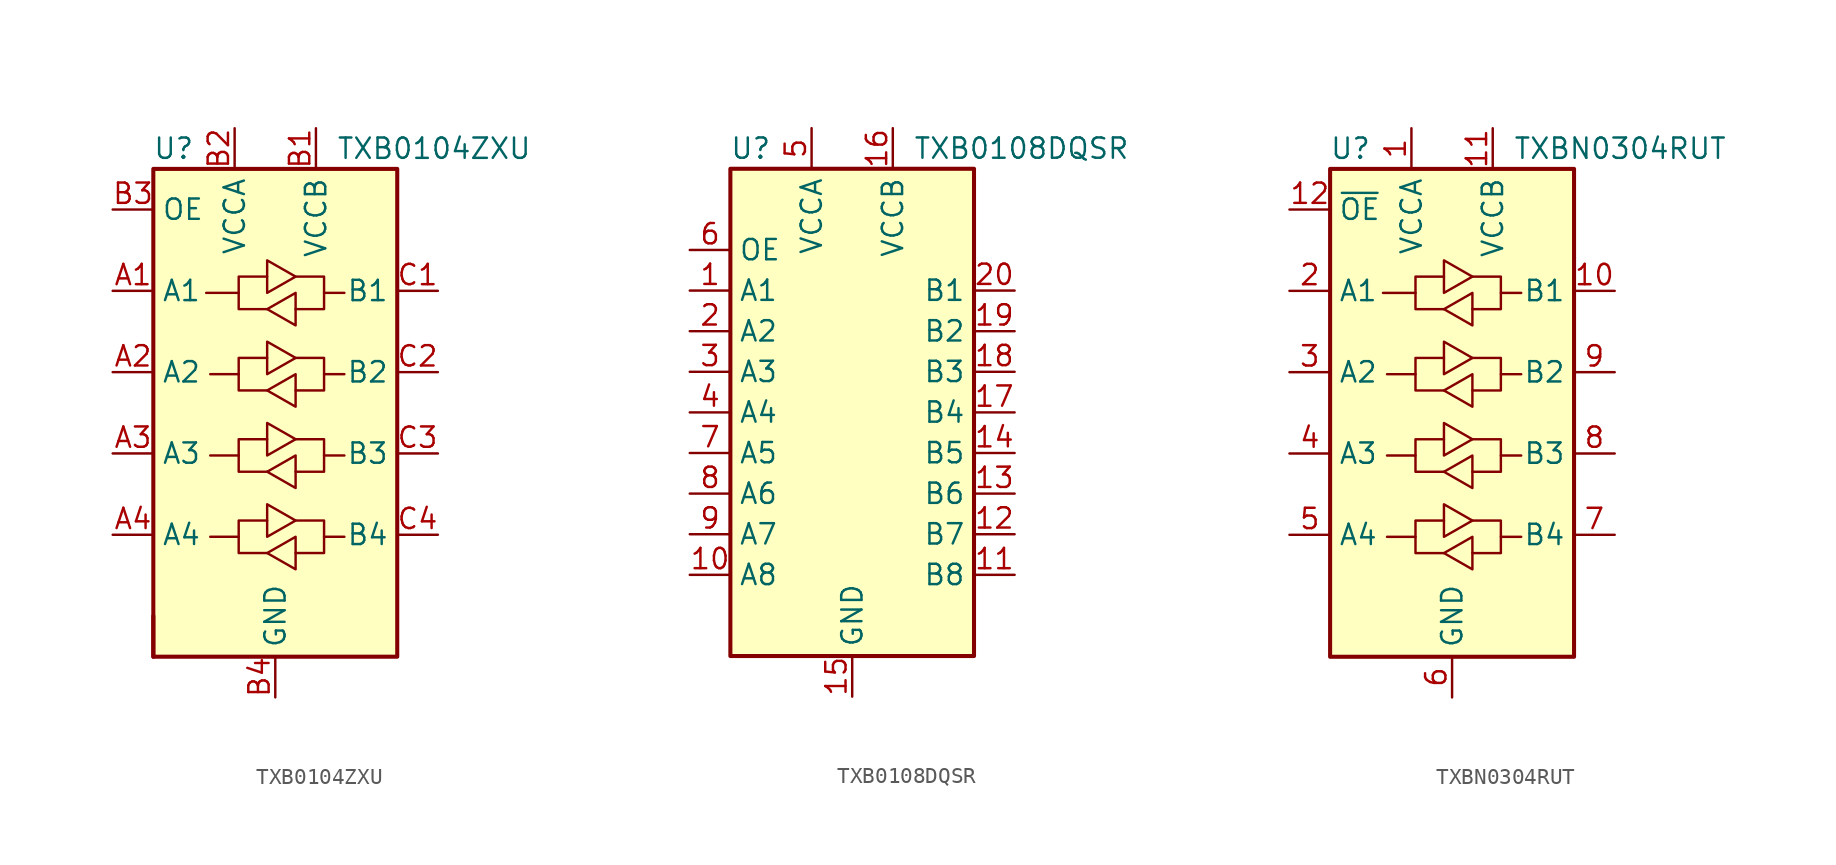
<source format=kicad_sym>
(kicad_symbol_lib
  (version 20200126)
  (host kicad_symbol_editor "(5.99.0-2044-gda2b7071b)")
  (symbol "Logic_LevelTranslator:TXB0104ZXU"
    (pin_names
      (offset 0.508))
    (property "Reference" "U"
      (at -6.35 16.51 0)
      (effects (font (size 1.27 1.27))))
    (property "Value" "TXB0104ZXU"
      (at 3.81 16.51 0)
      (effects (font (size 1.27 1.27)) (justify left)))
    (symbol "TXB0104ZXU_0_1"
      (rectangle (start -7.62 -15.24) (end -7.62 -12.7) (stroke (width 0.254)) (fill (type none)))
      (rectangle (start -7.62 15.24) (end 7.62 -15.24) (stroke (width 0.254)) (fill (type background)))
      (polyline (pts (xy -2.286 -7.747) (xy -2.286 -6.731) (xy -0.508 -6.731)) (stroke (width 0)) (fill (type none)))
      (polyline (pts (xy -2.286 -2.667) (xy -2.286 -1.651) (xy -0.508 -1.651)) (stroke (width 0)) (fill (type none)))
      (polyline (pts (xy -2.286 2.413) (xy -2.286 3.429) (xy -0.508 3.429)) (stroke (width 0)) (fill (type none)))
      (polyline (pts (xy -2.286 7.493) (xy -2.286 8.509) (xy -0.508 8.509)) (stroke (width 0)) (fill (type none)))
      (polyline (pts (xy 3.048 -7.747) (xy 3.048 -8.763) (xy 1.27 -8.763)) (stroke (width 0)) (fill (type none)))
      (polyline (pts (xy 3.048 -2.667) (xy 3.048 -3.683) (xy 1.27 -3.683)) (stroke (width 0)) (fill (type none)))
      (polyline (pts (xy 3.048 2.413) (xy 3.048 1.397) (xy 1.27 1.397)) (stroke (width 0)) (fill (type none)))
      (polyline (pts (xy 3.048 7.493) (xy 3.048 6.477) (xy 1.27 6.477)) (stroke (width 0)) (fill (type none)))
      (polyline (pts (xy -0.508 -8.763) (xy -2.286 -8.763) (xy -2.286 -7.747) (xy -4.064 -7.747)) (stroke (width 0)) (fill (type none)))
      (polyline (pts (xy -0.508 -8.763) (xy 1.27 -7.747) (xy 1.27 -9.779) (xy -0.508 -8.763)) (stroke (width 0)) (fill (type none)))
      (polyline (pts (xy -0.508 -3.683) (xy -2.286 -3.683) (xy -2.286 -2.667) (xy -4.064 -2.667)) (stroke (width 0)) (fill (type none)))
      (polyline (pts (xy -0.508 -3.683) (xy 1.27 -2.667) (xy 1.27 -4.699) (xy -0.508 -3.683)) (stroke (width 0)) (fill (type none)))
      (polyline (pts (xy -0.508 1.397) (xy -2.286 1.397) (xy -2.286 2.413) (xy -4.064 2.413)) (stroke (width 0)) (fill (type none)))
      (polyline (pts (xy -0.508 1.397) (xy 1.27 2.413) (xy 1.27 0.381) (xy -0.508 1.397)) (stroke (width 0)) (fill (type none)))
      (polyline (pts (xy -0.508 6.477) (xy -2.286 6.477) (xy -2.286 7.493) (xy -4.318 7.493)) (stroke (width 0)) (fill (type none)))
      (polyline (pts (xy -0.508 6.477) (xy 1.27 7.493) (xy 1.27 5.461) (xy -0.508 6.477)) (stroke (width 0)) (fill (type none)))
      (polyline (pts (xy 1.27 -6.731) (xy -0.508 -7.747) (xy -0.508 -5.715) (xy 1.27 -6.731)) (stroke (width 0)) (fill (type none)))
      (polyline (pts (xy 1.27 -6.731) (xy 3.048 -6.731) (xy 3.048 -7.747) (xy 4.318 -7.747)) (stroke (width 0)) (fill (type none)))
      (polyline (pts (xy 1.27 -1.651) (xy -0.508 -2.667) (xy -0.508 -0.635) (xy 1.27 -1.651)) (stroke (width 0)) (fill (type none)))
      (polyline (pts (xy 1.27 -1.651) (xy 3.048 -1.651) (xy 3.048 -2.667) (xy 4.318 -2.667)) (stroke (width 0)) (fill (type none)))
      (polyline (pts (xy 1.27 3.429) (xy -0.508 2.413) (xy -0.508 4.445) (xy 1.27 3.429)) (stroke (width 0)) (fill (type none)))
      (polyline (pts (xy 1.27 3.429) (xy 3.048 3.429) (xy 3.048 2.413) (xy 4.318 2.413)) (stroke (width 0)) (fill (type none)))
      (polyline (pts (xy 1.27 8.509) (xy -0.508 7.493) (xy -0.508 9.525) (xy 1.27 8.509)) (stroke (width 0)) (fill (type none)))
      (polyline (pts (xy 1.27 8.509) (xy 3.048 8.509) (xy 3.048 7.493) (xy 4.318 7.493)) (stroke (width 0)) (fill (type none))))
    (symbol "TXB0104ZXU_1_1"
      (pin bidirectional line (at -10.16 7.62 0) (length 2.54) (name "A1" (effects (font (size 1.27 1.27)))) (number "A1" (effects (font (size 1.27 1.27)))))
      (pin bidirectional line (at -10.16 2.54 0) (length 2.54) (name "A2" (effects (font (size 1.27 1.27)))) (number "A2" (effects (font (size 1.27 1.27)))))
      (pin bidirectional line (at -10.16 -2.54 0) (length 2.54) (name "A3" (effects (font (size 1.27 1.27)))) (number "A3" (effects (font (size 1.27 1.27)))))
      (pin bidirectional line (at -10.16 -7.62 0) (length 2.54) (name "A4" (effects (font (size 1.27 1.27)))) (number "A4" (effects (font (size 1.27 1.27)))))
      (pin power_in line (at 2.54 17.78 270) (length 2.54) (name "VCCB" (effects (font (size 1.27 1.27)))) (number "B1" (effects (font (size 1.27 1.27)))))
      (pin power_in line (at -2.54 17.78 270) (length 2.54) (name "VCCA" (effects (font (size 1.27 1.27)))) (number "B2" (effects (font (size 1.27 1.27)))))
      (pin input line (at -10.16 12.7 0) (length 2.54) (name "OE" (effects (font (size 1.27 1.27)))) (number "B3" (effects (font (size 1.27 1.27)))))
      (pin power_in line (at 0 -17.78 90) (length 2.54) (name "GND" (effects (font (size 1.27 1.27)))) (number "B4" (effects (font (size 1.27 1.27)))))
      (pin bidirectional line (at 10.16 7.62 180) (length 2.54) (name "B1" (effects (font (size 1.27 1.27)))) (number "C1" (effects (font (size 1.27 1.27)))))
      (pin bidirectional line (at 10.16 2.54 180) (length 2.54) (name "B2" (effects (font (size 1.27 1.27)))) (number "C2" (effects (font (size 1.27 1.27)))))
      (pin bidirectional line (at 10.16 -2.54 180) (length 2.54) (name "B3" (effects (font (size 1.27 1.27)))) (number "C3" (effects (font (size 1.27 1.27)))))
      (pin bidirectional line (at 10.16 -7.62 180) (length 2.54) (name "B4" (effects (font (size 1.27 1.27)))) (number "C4" (effects (font (size 1.27 1.27)))))))
  (symbol "Logic_LevelTranslator:TXB0108DQSR"
    (pin_names
      (offset 0.508))
    (property "Reference" "U"
      (at -6.35 16.51 0)
      (effects (font (size 1.27 1.27))))
    (property "Value" "TXB0108DQSR"
      (at 3.81 16.51 0)
      (effects (font (size 1.27 1.27)) (justify left)))
    (symbol "TXB0108DQSR_0_1"
      (rectangle (start -7.62 15.24) (end 7.62 -15.24) (stroke (width 0.254)) (fill (type background))))
    (symbol "TXB0108DQSR_1_1"
      (pin bidirectional line (at -10.16 7.62 0) (length 2.54) (name "A1" (effects (font (size 1.27 1.27)))) (number "1" (effects (font (size 1.27 1.27)))))
      (pin bidirectional line (at -10.16 -10.16 0) (length 2.54) (name "A8" (effects (font (size 1.27 1.27)))) (number "10" (effects (font (size 1.27 1.27)))))
      (pin bidirectional line (at 10.16 -10.16 180) (length 2.54) (name "B8" (effects (font (size 1.27 1.27)))) (number "11" (effects (font (size 1.27 1.27)))))
      (pin bidirectional line (at 10.16 -7.62 180) (length 2.54) (name "B7" (effects (font (size 1.27 1.27)))) (number "12" (effects (font (size 1.27 1.27)))))
      (pin bidirectional line (at 10.16 -5.08 180) (length 2.54) (name "B6" (effects (font (size 1.27 1.27)))) (number "13" (effects (font (size 1.27 1.27)))))
      (pin bidirectional line (at 10.16 -2.54 180) (length 2.54) (name "B5" (effects (font (size 1.27 1.27)))) (number "14" (effects (font (size 1.27 1.27)))))
      (pin power_in line (at 0 -17.78 90) (length 2.54) (name "GND" (effects (font (size 1.27 1.27)))) (number "15" (effects (font (size 1.27 1.27)))))
      (pin power_in line (at 2.54 17.78 270) (length 2.54) (name "VCCB" (effects (font (size 1.27 1.27)))) (number "16" (effects (font (size 1.27 1.27)))))
      (pin bidirectional line (at 10.16 0 180) (length 2.54) (name "B4" (effects (font (size 1.27 1.27)))) (number "17" (effects (font (size 1.27 1.27)))))
      (pin bidirectional line (at 10.16 2.54 180) (length 2.54) (name "B3" (effects (font (size 1.27 1.27)))) (number "18" (effects (font (size 1.27 1.27)))))
      (pin bidirectional line (at 10.16 5.08 180) (length 2.54) (name "B2" (effects (font (size 1.27 1.27)))) (number "19" (effects (font (size 1.27 1.27)))))
      (pin bidirectional line (at -10.16 5.08 0) (length 2.54) (name "A2" (effects (font (size 1.27 1.27)))) (number "2" (effects (font (size 1.27 1.27)))))
      (pin bidirectional line (at 10.16 7.62 180) (length 2.54) (name "B1" (effects (font (size 1.27 1.27)))) (number "20" (effects (font (size 1.27 1.27)))))
      (pin bidirectional line (at -10.16 2.54 0) (length 2.54) (name "A3" (effects (font (size 1.27 1.27)))) (number "3" (effects (font (size 1.27 1.27)))))
      (pin bidirectional line (at -10.16 0 0) (length 2.54) (name "A4" (effects (font (size 1.27 1.27)))) (number "4" (effects (font (size 1.27 1.27)))))
      (pin power_in line (at -2.54 17.78 270) (length 2.54) (name "VCCA" (effects (font (size 1.27 1.27)))) (number "5" (effects (font (size 1.27 1.27)))))
      (pin input line (at -10.16 10.16 0) (length 2.54) (name "OE" (effects (font (size 1.27 1.27)))) (number "6" (effects (font (size 1.27 1.27)))))
      (pin bidirectional line (at -10.16 -2.54 0) (length 2.54) (name "A5" (effects (font (size 1.27 1.27)))) (number "7" (effects (font (size 1.27 1.27)))))
      (pin bidirectional line (at -10.16 -5.08 0) (length 2.54) (name "A6" (effects (font (size 1.27 1.27)))) (number "8" (effects (font (size 1.27 1.27)))))
      (pin bidirectional line (at -10.16 -7.62 0) (length 2.54) (name "A7" (effects (font (size 1.27 1.27)))) (number "9" (effects (font (size 1.27 1.27)))))))
  (symbol "Logic_LevelTranslator:TXBN0304RUT"
    (pin_names
      (offset 0.508))
    (property "Reference" "U"
      (at -6.35 16.51 0)
      (effects (font (size 1.27 1.27))))
    (property "Value" "TXBN0304RUT"
      (at 3.81 16.51 0)
      (effects (font (size 1.27 1.27)) (justify left)))
    (symbol "TXBN0304RUT_0_1"
      (rectangle (start -7.62 15.24) (end 7.62 -15.24) (stroke (width 0.254)) (fill (type background)))
      (polyline (pts (xy -2.286 -7.747) (xy -2.286 -6.731) (xy -0.508 -6.731)) (stroke (width 0)) (fill (type none)))
      (polyline (pts (xy -2.286 -2.667) (xy -2.286 -1.651) (xy -0.508 -1.651)) (stroke (width 0)) (fill (type none)))
      (polyline (pts (xy -2.286 2.413) (xy -2.286 3.429) (xy -0.508 3.429)) (stroke (width 0)) (fill (type none)))
      (polyline (pts (xy -2.286 7.493) (xy -2.286 8.509) (xy -0.508 8.509)) (stroke (width 0)) (fill (type none)))
      (polyline (pts (xy 3.048 -7.747) (xy 3.048 -8.763) (xy 1.27 -8.763)) (stroke (width 0)) (fill (type none)))
      (polyline (pts (xy 3.048 -2.667) (xy 3.048 -3.683) (xy 1.27 -3.683)) (stroke (width 0)) (fill (type none)))
      (polyline (pts (xy 3.048 2.413) (xy 3.048 1.397) (xy 1.27 1.397)) (stroke (width 0)) (fill (type none)))
      (polyline (pts (xy 3.048 7.493) (xy 3.048 6.477) (xy 1.27 6.477)) (stroke (width 0)) (fill (type none)))
      (polyline (pts (xy -0.508 -8.763) (xy -2.286 -8.763) (xy -2.286 -7.747) (xy -4.064 -7.747)) (stroke (width 0)) (fill (type none)))
      (polyline (pts (xy -0.508 -8.763) (xy 1.27 -7.747) (xy 1.27 -9.779) (xy -0.508 -8.763)) (stroke (width 0)) (fill (type none)))
      (polyline (pts (xy -0.508 -3.683) (xy -2.286 -3.683) (xy -2.286 -2.667) (xy -4.064 -2.667)) (stroke (width 0)) (fill (type none)))
      (polyline (pts (xy -0.508 -3.683) (xy 1.27 -2.667) (xy 1.27 -4.699) (xy -0.508 -3.683)) (stroke (width 0)) (fill (type none)))
      (polyline (pts (xy -0.508 1.397) (xy -2.286 1.397) (xy -2.286 2.413) (xy -4.064 2.413)) (stroke (width 0)) (fill (type none)))
      (polyline (pts (xy -0.508 1.397) (xy 1.27 2.413) (xy 1.27 0.381) (xy -0.508 1.397)) (stroke (width 0)) (fill (type none)))
      (polyline (pts (xy -0.508 6.477) (xy -2.286 6.477) (xy -2.286 7.493) (xy -4.318 7.493)) (stroke (width 0)) (fill (type none)))
      (polyline (pts (xy -0.508 6.477) (xy 1.27 7.493) (xy 1.27 5.461) (xy -0.508 6.477)) (stroke (width 0)) (fill (type none)))
      (polyline (pts (xy 1.27 -6.731) (xy -0.508 -7.747) (xy -0.508 -5.715) (xy 1.27 -6.731)) (stroke (width 0)) (fill (type none)))
      (polyline (pts (xy 1.27 -6.731) (xy 3.048 -6.731) (xy 3.048 -7.747) (xy 4.318 -7.747)) (stroke (width 0)) (fill (type none)))
      (polyline (pts (xy 1.27 -1.651) (xy -0.508 -2.667) (xy -0.508 -0.635) (xy 1.27 -1.651)) (stroke (width 0)) (fill (type none)))
      (polyline (pts (xy 1.27 -1.651) (xy 3.048 -1.651) (xy 3.048 -2.667) (xy 4.318 -2.667)) (stroke (width 0)) (fill (type none)))
      (polyline (pts (xy 1.27 3.429) (xy -0.508 2.413) (xy -0.508 4.445) (xy 1.27 3.429)) (stroke (width 0)) (fill (type none)))
      (polyline (pts (xy 1.27 3.429) (xy 3.048 3.429) (xy 3.048 2.413) (xy 4.318 2.413)) (stroke (width 0)) (fill (type none)))
      (polyline (pts (xy 1.27 8.509) (xy -0.508 7.493) (xy -0.508 9.525) (xy 1.27 8.509)) (stroke (width 0)) (fill (type none)))
      (polyline (pts (xy 1.27 8.509) (xy 3.048 8.509) (xy 3.048 7.493) (xy 4.318 7.493)) (stroke (width 0)) (fill (type none))))
    (symbol "TXBN0304RUT_1_1"
      (pin power_in line (at -2.54 17.78 270) (length 2.54) (name "VCCA" (effects (font (size 1.27 1.27)))) (number "1" (effects (font (size 1.27 1.27)))))
      (pin tri_state line (at 10.16 7.62 180) (length 2.54) (name "B1" (effects (font (size 1.27 1.27)))) (number "10" (effects (font (size 1.27 1.27)))))
      (pin power_in line (at 2.54 17.78 270) (length 2.54) (name "VCCB" (effects (font (size 1.27 1.27)))) (number "11" (effects (font (size 1.27 1.27)))))
      (pin input line (at -10.16 12.7 0) (length 2.54) (name "~OE" (effects (font (size 1.27 1.27)))) (number "12" (effects (font (size 1.27 1.27)))))
      (pin tri_state line (at -10.16 7.62 0) (length 2.54) (name "A1" (effects (font (size 1.27 1.27)))) (number "2" (effects (font (size 1.27 1.27)))))
      (pin tri_state line (at -10.16 2.54 0) (length 2.54) (name "A2" (effects (font (size 1.27 1.27)))) (number "3" (effects (font (size 1.27 1.27)))))
      (pin tri_state line (at -10.16 -2.54 0) (length 2.54) (name "A3" (effects (font (size 1.27 1.27)))) (number "4" (effects (font (size 1.27 1.27)))))
      (pin tri_state line (at -10.16 -7.62 0) (length 2.54) (name "A4" (effects (font (size 1.27 1.27)))) (number "5" (effects (font (size 1.27 1.27)))))
      (pin power_in line (at 0 -17.78 90) (length 2.54) (name "GND" (effects (font (size 1.27 1.27)))) (number "6" (effects (font (size 1.27 1.27)))))
      (pin tri_state line (at 10.16 -7.62 180) (length 2.54) (name "B4" (effects (font (size 1.27 1.27)))) (number "7" (effects (font (size 1.27 1.27)))))
      (pin tri_state line (at 10.16 -2.54 180) (length 2.54) (name "B3" (effects (font (size 1.27 1.27)))) (number "8" (effects (font (size 1.27 1.27)))))
      (pin tri_state line (at 10.16 2.54 180) (length 2.54) (name "B2" (effects (font (size 1.27 1.27)))) (number "9" (effects (font (size 1.27 1.27))))))))
</source>
